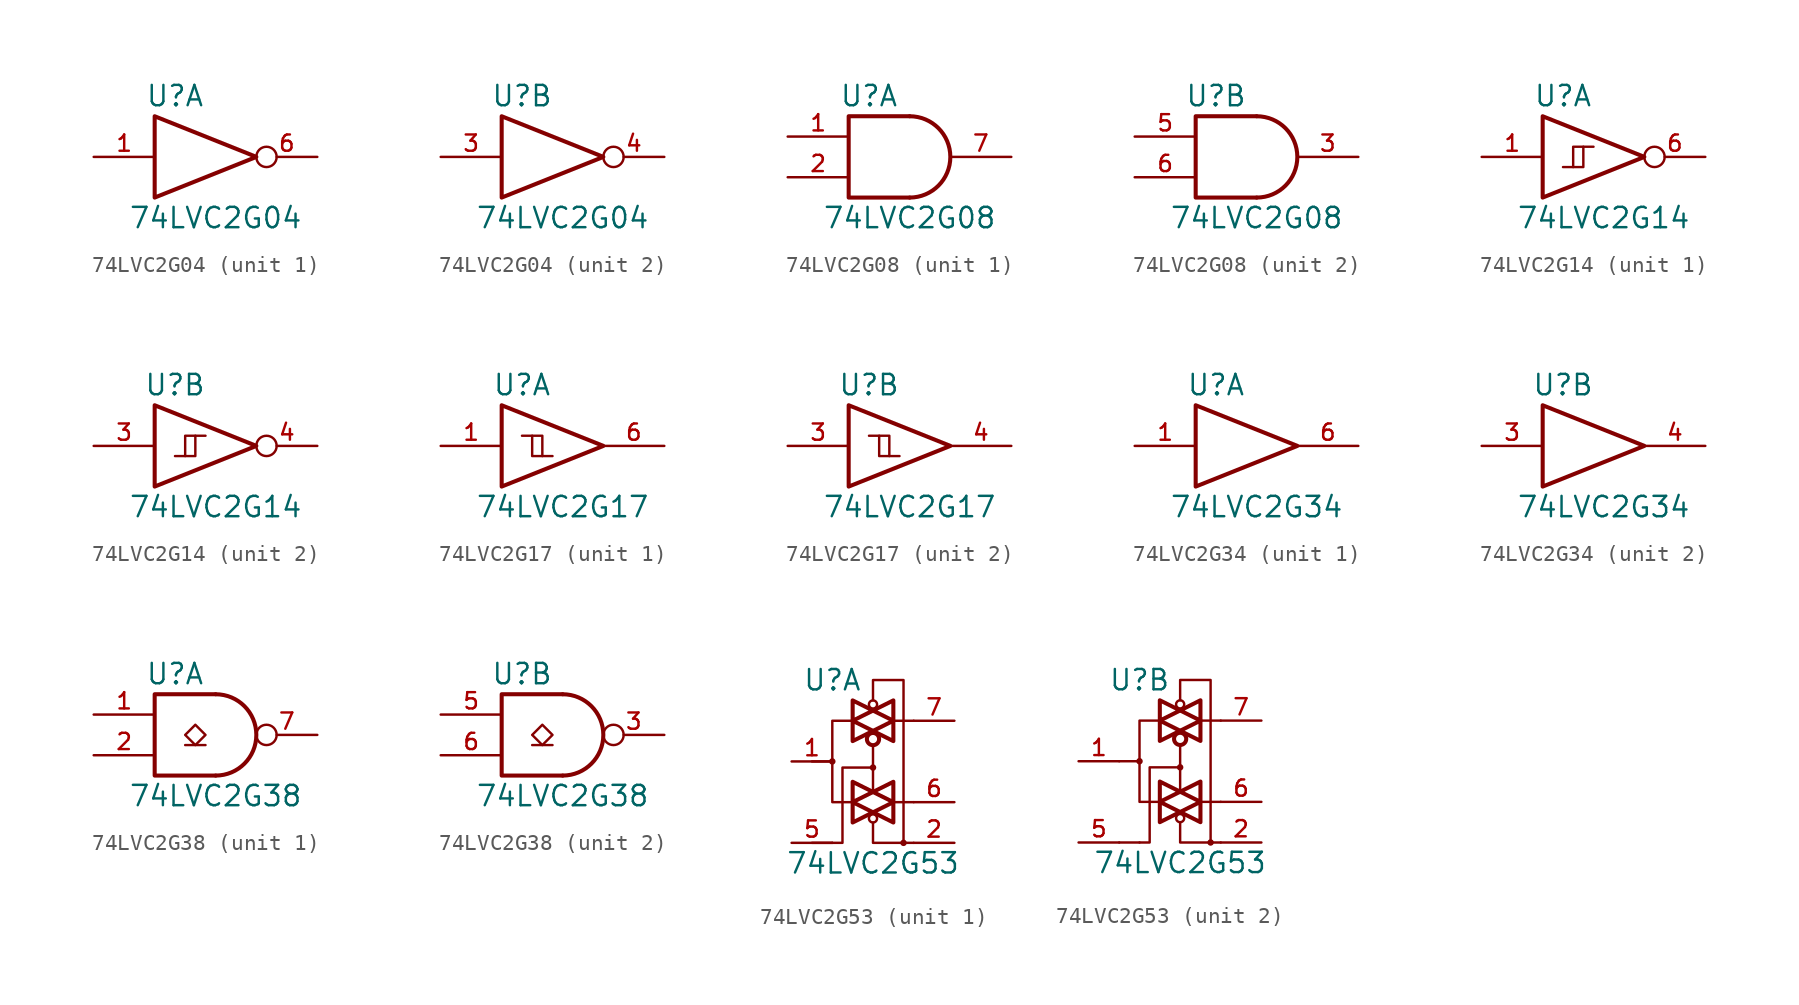
<source format=kicad_sym>
(kicad_symbol_lib
  (version 20211014)
  (generator kicad_symbol_editor)
  (symbol "74LVC2G04"
    (pin_names
      (offset 1.016))
    (property "Reference" "U"
      (at -2.54 3.81 0)
      (effects (font (size 1.27 1.27))))
    (property "Value" "74LVC2G04"
      (at 0 -3.81 0)
      (effects (font (size 1.27 1.27))))
    (symbol "74LVC2G04_0_1"
      (polyline (pts (xy -3.81 2.54) (xy -3.81 -2.54) (xy 2.54 0) (xy -3.81 2.54)) (stroke (width 0.254) (type default) (color 0 0 0 0)) (fill (type none)))
      (pin power_in line (at 0 -2.54 270) (length 0) hide (name "GND" (effects (font (size 1.016 1.016)))) (number "2" (effects (font (size 1.016 1.016)))))
      (pin power_in line (at 0 2.54 90) (length 0) hide (name "VCC" (effects (font (size 1.016 1.016)))) (number "5" (effects (font (size 1.016 1.016))))))
    (symbol "74LVC2G04_1_1"
      (pin input line (at -7.62 0 0) (length 3.81) (name "~" (effects (font (size 1.016 1.016)))) (number "1" (effects (font (size 1.016 1.016)))))
      (pin output inverted (at 6.35 0 180) (length 3.81) (name "~" (effects (font (size 1.016 1.016)))) (number "6" (effects (font (size 1.016 1.016))))))
    (symbol "74LVC2G04_2_1"
      (pin input line (at -7.62 0 0) (length 3.81) (name "~" (effects (font (size 1.016 1.016)))) (number "3" (effects (font (size 1.016 1.016)))))
      (pin output inverted (at 6.35 0 180) (length 3.81) (name "~" (effects (font (size 1.016 1.016)))) (number "4" (effects (font (size 1.016 1.016)))))))
  (symbol "74LVC2G08"
    (pin_names
      (offset 1.016))
    (property "Reference" "U"
      (at -2.54 3.81 0)
      (effects (font (size 1.27 1.27))))
    (property "Value" "74LVC2G08"
      (at 0 -3.81 0)
      (effects (font (size 1.27 1.27))))
    (symbol "74LVC2G08_0_1"
      (arc (start 0 -2.54) (mid 2.54 0) (end 0 2.54) (stroke (width 0.254) (type default) (color 0 0 0 0)) (fill (type none)))
      (polyline (pts (xy 0 -2.54) (xy -3.81 -2.54) (xy -3.81 2.54) (xy 0 2.54)) (stroke (width 0.254) (type default) (color 0 0 0 0)) (fill (type none)))
      (pin power_in line (at 0 -2.54 270) (length 0) hide (name "GND" (effects (font (size 1.016 1.016)))) (number "4" (effects (font (size 1.016 1.016)))))
      (pin power_in line (at 0 2.54 90) (length 0) hide (name "VCC" (effects (font (size 1.016 1.016)))) (number "8" (effects (font (size 1.016 1.016))))))
    (symbol "74LVC2G08_1_1"
      (pin input line (at -7.62 1.27 0) (length 3.81) (name "~" (effects (font (size 1.016 1.016)))) (number "1" (effects (font (size 1.016 1.016)))))
      (pin input line (at -7.62 -1.27 0) (length 3.81) (name "~" (effects (font (size 1.016 1.016)))) (number "2" (effects (font (size 1.016 1.016)))))
      (pin output line (at 6.35 0 180) (length 3.81) (name "~" (effects (font (size 1.016 1.016)))) (number "7" (effects (font (size 1.016 1.016))))))
    (symbol "74LVC2G08_2_1"
      (pin output line (at 6.35 0 180) (length 3.81) (name "~" (effects (font (size 1.016 1.016)))) (number "3" (effects (font (size 1.016 1.016)))))
      (pin input line (at -7.62 1.27 0) (length 3.81) (name "~" (effects (font (size 1.016 1.016)))) (number "5" (effects (font (size 1.016 1.016)))))
      (pin input line (at -7.62 -1.27 0) (length 3.81) (name "~" (effects (font (size 1.016 1.016)))) (number "6" (effects (font (size 1.016 1.016)))))))
  (symbol "74LVC2G14"
    (pin_names
      (offset 1.016))
    (property "Reference" "U"
      (at -2.54 3.81 0)
      (effects (font (size 1.27 1.27))))
    (property "Value" "74LVC2G14"
      (at 0 -3.81 0)
      (effects (font (size 1.27 1.27))))
    (symbol "74LVC2G14_0_1"
      (polyline (pts (xy -1.905 -0.635) (xy -1.27 -0.635) (xy -1.27 0.635)) (stroke (width 0) (type default) (color 0 0 0 0)) (fill (type none)))
      (polyline (pts (xy -3.81 2.54) (xy -3.81 -2.54) (xy 2.54 0) (xy -3.81 2.54)) (stroke (width 0.254) (type default) (color 0 0 0 0)) (fill (type none)))
      (polyline (pts (xy -2.54 -0.635) (xy -1.905 -0.635) (xy -1.905 0.635) (xy -0.635 0.635)) (stroke (width 0) (type default) (color 0 0 0 0)) (fill (type none)))
      (pin power_in line (at 0 -2.54 270) (length 0) hide (name "GND" (effects (font (size 1.016 1.016)))) (number "2" (effects (font (size 1.016 1.016)))))
      (pin power_in line (at 0 2.54 90) (length 0) hide (name "VCC" (effects (font (size 1.016 1.016)))) (number "5" (effects (font (size 1.016 1.016))))))
    (symbol "74LVC2G14_1_1"
      (pin input line (at -7.62 0 0) (length 3.81) (name "~" (effects (font (size 1.016 1.016)))) (number "1" (effects (font (size 1.016 1.016)))))
      (pin output inverted (at 6.35 0 180) (length 3.81) (name "~" (effects (font (size 1.016 1.016)))) (number "6" (effects (font (size 1.016 1.016))))))
    (symbol "74LVC2G14_2_1"
      (pin input line (at -7.62 0 0) (length 3.81) (name "~" (effects (font (size 1.016 1.016)))) (number "3" (effects (font (size 1.016 1.016)))))
      (pin output inverted (at 6.35 0 180) (length 3.81) (name "~" (effects (font (size 1.016 1.016)))) (number "4" (effects (font (size 1.016 1.016)))))))
  (symbol "74LVC2G17"
    (pin_names
      (offset 1.016))
    (property "Reference" "U"
      (at -2.54 3.81 0)
      (effects (font (size 1.27 1.27))))
    (property "Value" "74LVC2G17"
      (at 0 -3.81 0)
      (effects (font (size 1.27 1.27))))
    (symbol "74LVC2G17_0_1"
      (polyline (pts (xy -1.905 0.635) (xy -1.27 0.635) (xy -1.27 -0.635)) (stroke (width 0) (type default) (color 0 0 0 0)) (fill (type none)))
      (polyline (pts (xy -3.81 2.54) (xy -3.81 -2.54) (xy 2.54 0) (xy -3.81 2.54)) (stroke (width 0.254) (type default) (color 0 0 0 0)) (fill (type none)))
      (polyline (pts (xy -2.54 0.635) (xy -1.905 0.635) (xy -1.905 -0.635) (xy -0.635 -0.635)) (stroke (width 0) (type default) (color 0 0 0 0)) (fill (type none)))
      (pin power_in line (at 0 -2.54 270) (length 0) hide (name "GND" (effects (font (size 1.016 1.016)))) (number "2" (effects (font (size 1.016 1.016)))))
      (pin power_in line (at 0 2.54 90) (length 0) hide (name "VCC" (effects (font (size 1.016 1.016)))) (number "5" (effects (font (size 1.016 1.016))))))
    (symbol "74LVC2G17_1_1"
      (pin input line (at -7.62 0 0) (length 3.81) (name "~" (effects (font (size 1.016 1.016)))) (number "1" (effects (font (size 1.016 1.016)))))
      (pin output line (at 6.35 0 180) (length 3.81) (name "~" (effects (font (size 1.016 1.016)))) (number "6" (effects (font (size 1.016 1.016))))))
    (symbol "74LVC2G17_2_1"
      (pin input line (at -7.62 0 0) (length 3.81) (name "~" (effects (font (size 1.016 1.016)))) (number "3" (effects (font (size 1.016 1.016)))))
      (pin output line (at 6.35 0 180) (length 3.81) (name "~" (effects (font (size 1.016 1.016)))) (number "4" (effects (font (size 1.016 1.016)))))))
  (symbol "74LVC2G34"
    (pin_names
      (offset 1.016))
    (property "Reference" "U"
      (at -2.54 3.81 0)
      (effects (font (size 1.27 1.27))))
    (property "Value" "74LVC2G34"
      (at 0 -3.81 0)
      (effects (font (size 1.27 1.27))))
    (symbol "74LVC2G34_0_1"
      (polyline (pts (xy -3.81 2.54) (xy -3.81 -2.54) (xy 2.54 0) (xy -3.81 2.54)) (stroke (width 0.254) (type default) (color 0 0 0 0)) (fill (type none)))
      (pin power_in line (at 0 -2.54 270) (length 0) hide (name "GND" (effects (font (size 1.016 1.016)))) (number "2" (effects (font (size 1.016 1.016)))))
      (pin power_in line (at 0 2.54 90) (length 0) hide (name "VCC" (effects (font (size 1.016 1.016)))) (number "5" (effects (font (size 1.016 1.016))))))
    (symbol "74LVC2G34_1_1"
      (pin input line (at -7.62 0 0) (length 3.81) (name "~" (effects (font (size 1.016 1.016)))) (number "1" (effects (font (size 1.016 1.016)))))
      (pin output line (at 6.35 0 180) (length 3.81) (name "~" (effects (font (size 1.016 1.016)))) (number "6" (effects (font (size 1.016 1.016))))))
    (symbol "74LVC2G34_2_1"
      (pin input line (at -7.62 0 0) (length 3.81) (name "~" (effects (font (size 1.016 1.016)))) (number "3" (effects (font (size 1.016 1.016)))))
      (pin output line (at 6.35 0 180) (length 3.81) (name "~" (effects (font (size 1.016 1.016)))) (number "4" (effects (font (size 1.016 1.016)))))))
  (symbol "74LVC2G38"
    (pin_names
      (offset 1.016))
    (property "Reference" "U"
      (at -2.54 3.81 0)
      (effects (font (size 1.27 1.27))))
    (property "Value" "74LVC2G38"
      (at 0 -3.81 0)
      (effects (font (size 1.27 1.27))))
    (symbol "74LVC2G38_0_1"
      (arc (start 0 -2.54) (mid 2.54 0) (end 0 2.54) (stroke (width 0.254) (type default) (color 0 0 0 0)) (fill (type none)))
      (polyline (pts (xy -1.905 -0.635) (xy -0.635 -0.635)) (stroke (width 0) (type default) (color 0 0 0 0)) (fill (type none)))
      (polyline (pts (xy 0 -2.54) (xy -3.81 -2.54) (xy -3.81 2.54) (xy 0 2.54)) (stroke (width 0.254) (type default) (color 0 0 0 0)) (fill (type none)))
      (polyline (pts (xy -1.27 0.635) (xy -1.905 0) (xy -1.27 -0.635) (xy -0.635 0) (xy -1.27 0.635)) (stroke (width 0) (type default) (color 0 0 0 0)) (fill (type none)))
      (pin power_in line (at 0 -2.54 270) (length 0) hide (name "GND" (effects (font (size 1.016 1.016)))) (number "4" (effects (font (size 1.016 1.016)))))
      (pin power_in line (at 0 2.54 90) (length 0) hide (name "VCC" (effects (font (size 1.016 1.016)))) (number "8" (effects (font (size 1.016 1.016))))))
    (symbol "74LVC2G38_1_1"
      (pin input line (at -7.62 1.27 0) (length 3.81) (name "~" (effects (font (size 1.016 1.016)))) (number "1" (effects (font (size 1.016 1.016)))))
      (pin input line (at -7.62 -1.27 0) (length 3.81) (name "~" (effects (font (size 1.016 1.016)))) (number "2" (effects (font (size 1.016 1.016)))))
      (pin open_collector inverted (at 6.35 0 180) (length 3.81) (name "~" (effects (font (size 1.016 1.016)))) (number "7" (effects (font (size 1.016 1.016))))))
    (symbol "74LVC2G38_2_1"
      (pin open_collector inverted (at 6.35 0 180) (length 3.81) (name "~" (effects (font (size 1.016 1.016)))) (number "3" (effects (font (size 1.016 1.016)))))
      (pin input line (at -7.62 1.27 0) (length 3.81) (name "~" (effects (font (size 1.016 1.016)))) (number "5" (effects (font (size 1.016 1.016)))))
      (pin input line (at -7.62 -1.27 0) (length 3.81) (name "~" (effects (font (size 1.016 1.016)))) (number "6" (effects (font (size 1.016 1.016)))))))
  (symbol "74LVC2G53"
    (pin_names
      (offset 1.016))
    (property "Reference" "U"
      (at -2.54 5.08 0)
      (effects (font (size 1.27 1.27))))
    (property "Value" "74LVC2G53"
      (at 0 -6.35 0)
      (effects (font (size 1.27 1.27))))
    (symbol "74LVC2G53_0_1"
      (circle (center -2.54 0) (radius 0.127) (stroke (width 0) (type default) (color 0 0 0 0)) (fill (type none)))
      (circle (center 0 -3.556) (radius 0.254) (stroke (width 0) (type default) (color 0 0 0 0)) (fill (type none)))
      (circle (center 0 -0.381) (radius 0.127) (stroke (width 0) (type default) (color 0 0 0 0)) (fill (type none)))
      (polyline (pts (xy -3.81 -5.08) (xy -2.54 -5.08)) (stroke (width 0) (type default) (color 0 0 0 0)) (fill (type none)))
      (polyline (pts (xy -3.81 0) (xy -2.54 0)) (stroke (width 0) (type default) (color 0 0 0 0)) (fill (type none)))
      (polyline (pts (xy 2.54 -2.54) (xy 1.27 -2.54)) (stroke (width 0) (type default) (color 0 0 0 0)) (fill (type none)))
      (polyline (pts (xy 2.54 2.54) (xy 1.27 2.54)) (stroke (width 0) (type default) (color 0 0 0 0)) (fill (type none)))
      (polyline (pts (xy 0 -3.81) (xy 0 -5.08) (xy 2.54 -5.08)) (stroke (width 0) (type default) (color 0 0 0 0)) (fill (type none)))
      (polyline (pts (xy 0 1.016) (xy 0 0) (xy 0 -1.905)) (stroke (width 0) (type default) (color 0 0 0 0)) (fill (type none)))
      (polyline (pts (xy -1.27 -2.54) (xy 0 -3.175) (xy -1.27 -3.81) (xy -1.27 -2.54)) (stroke (width 0.254) (type default) (color 0 0 0 0)) (fill (type none)))
      (polyline (pts (xy -1.27 -1.27) (xy -1.27 -2.54) (xy 0 -1.905) (xy -1.27 -1.27)) (stroke (width 0.254) (type default) (color 0 0 0 0)) (fill (type none)))
      (polyline (pts (xy -1.27 2.54) (xy 0 1.905) (xy -1.27 1.27) (xy -1.27 2.54)) (stroke (width 0.254) (type default) (color 0 0 0 0)) (fill (type none)))
      (polyline (pts (xy -1.27 3.81) (xy 0 3.175) (xy -1.27 2.54) (xy -1.27 3.81)) (stroke (width 0.254) (type default) (color 0 0 0 0)) (fill (type none)))
      (polyline (pts (xy 0 -0.381) (xy -1.905 -0.381) (xy -1.905 -5.08) (xy -2.54 -5.08)) (stroke (width 0) (type default) (color 0 0 0 0)) (fill (type none)))
      (polyline (pts (xy 1.27 -2.54) (xy 0 -3.175) (xy 1.27 -3.81) (xy 1.27 -2.54)) (stroke (width 0.254) (type default) (color 0 0 0 0)) (fill (type none)))
      (polyline (pts (xy 1.27 -1.27) (xy 1.27 -2.54) (xy 0 -1.905) (xy 1.27 -1.27)) (stroke (width 0.254) (type default) (color 0 0 0 0)) (fill (type none)))
      (polyline (pts (xy 1.27 2.54) (xy 1.27 1.27) (xy 0 1.905) (xy 1.27 2.54)) (stroke (width 0.254) (type default) (color 0 0 0 0)) (fill (type none)))
      (polyline (pts (xy 1.27 2.54) (xy 1.27 3.81) (xy 0 3.175) (xy 1.27 2.54)) (stroke (width 0.254) (type default) (color 0 0 0 0)) (fill (type none)))
      (polyline (pts (xy 1.905 -5.08) (xy 1.905 5.08) (xy 0 5.08) (xy 0 3.81)) (stroke (width 0) (type default) (color 0 0 0 0)) (fill (type none)))
      (polyline (pts (xy -1.27 2.54) (xy -2.54 2.54) (xy -2.54 0) (xy -2.54 -2.54) (xy -1.27 -2.54)) (stroke (width 0) (type default) (color 0 0 0 0)) (fill (type none)))
      (circle (center 0 1.397) (radius 0.381) (stroke (width 0.254) (type default) (color 0 0 0 0)) (fill (type none)))
      (circle (center 0 3.556) (radius 0.254) (stroke (width 0) (type default) (color 0 0 0 0)) (fill (type none)))
      (circle (center 1.905 -5.08) (radius 0.127) (stroke (width 0) (type default) (color 0 0 0 0)) (fill (type none)))
      (pin power_in line (at -1.27 -5.08 270) (length 0) hide (name "GND" (effects (font (size 1.016 1.016)))) (number "4" (effects (font (size 1.016 1.016)))))
      (pin power_in line (at 0 5.08 90) (length 0) hide (name "VCC" (effects (font (size 1.016 1.016)))) (number "8" (effects (font (size 1.016 1.016))))))
    (symbol "74LVC2G53_1_1"
      (pin bidirectional line (at -5.08 0 0) (length 2.54) (name "~" (effects (font (size 1.016 1.016)))) (number "1" (effects (font (size 1.016 1.016)))))
      (pin bidirectional line (at 5.08 -5.08 180) (length 2.54) (name "~" (effects (font (size 1.016 1.016)))) (number "2" (effects (font (size 1.016 1.016)))))
      (pin power_in line (at 1.27 -5.08 270) (length 0) hide (name "GND" (effects (font (size 1.016 1.016)))) (number "3" (effects (font (size 1.016 1.016)))))
      (pin input line (at -5.08 -5.08 0) (length 2.54) (name "~" (effects (font (size 1.016 1.016)))) (number "5" (effects (font (size 1.016 1.016)))))
      (pin bidirectional line (at 5.08 -2.54 180) (length 2.54) (name "~" (effects (font (size 1.016 1.016)))) (number "6" (effects (font (size 1.016 1.016)))))
      (pin bidirectional line (at 5.08 2.54 180) (length 2.54) (name "~" (effects (font (size 1.016 1.016)))) (number "7" (effects (font (size 1.016 1.016))))))
    (symbol "74LVC2G53_2_1"
      (pin bidirectional line (at -6.35 0 0) (length 2.54) (name "~" (effects (font (size 1.016 1.016)))) (number "1" (effects (font (size 1.016 1.016)))))
      (pin input line (at 5.08 -5.08 180) (length 2.54) (name "~" (effects (font (size 1.016 1.016)))) (number "2" (effects (font (size 1.016 1.016)))))
      (pin input line (at -6.35 -5.08 0) (length 2.54) (name "~" (effects (font (size 1.016 1.016)))) (number "5" (effects (font (size 1.016 1.016)))))
      (pin bidirectional line (at 5.08 -2.54 180) (length 2.54) (name "~" (effects (font (size 1.016 1.016)))) (number "6" (effects (font (size 1.016 1.016)))))
      (pin bidirectional line (at 5.08 2.54 180) (length 2.54) (name "~" (effects (font (size 1.016 1.016)))) (number "7" (effects (font (size 1.016 1.016))))))))
</source>
